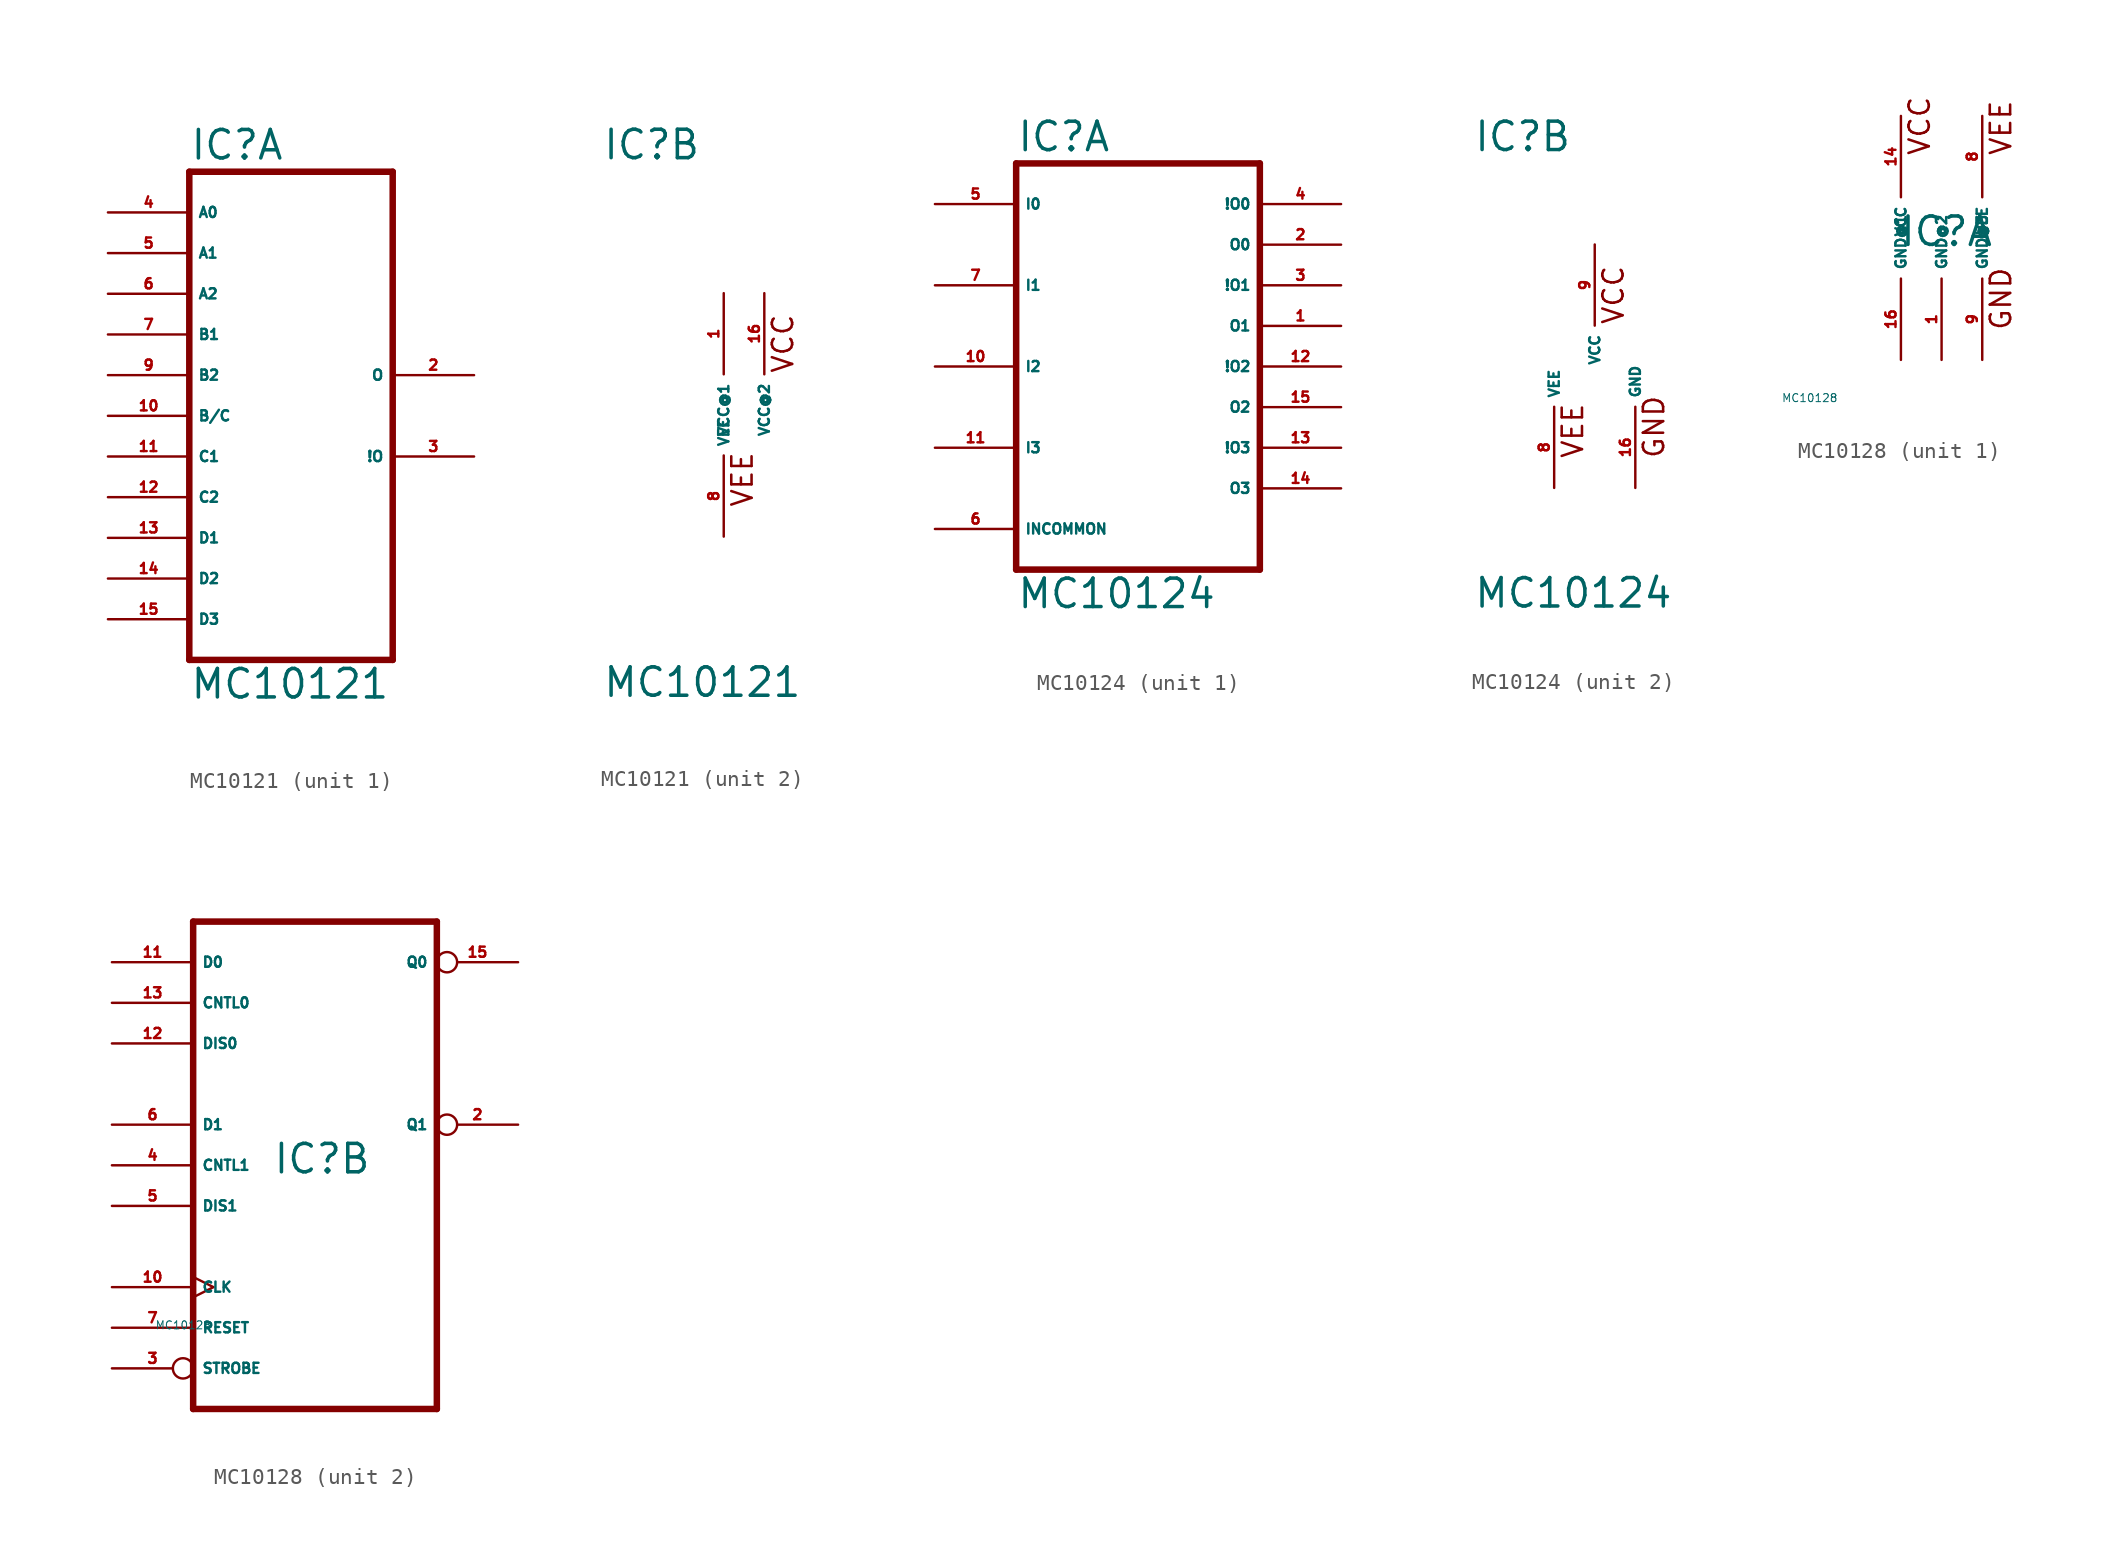
<source format=kicad_sym>
(kicad_symbol_lib
  (version 20220914)
  (generator Eagle2Kicad)
  (symbol "MC10121"
    (property "Reference" "IC"
      (at -7.62 15.875 0)
      (effects (font (size 1.778 1.778) (thickness 0.22)) (justify left bottom)))
    (property "Value" "MC10121"
      (at -7.62 -17.78 0)
      (effects (font (size 1.778 1.778) (thickness 0.22)) (justify left bottom)))
    (symbol "MC10121_1_0"
      (polyline (pts (xy -7.62 -15.24) (xy 5.08 -15.24)) (stroke (width 0.406) (type default)) (fill (type none)))
      (polyline (pts (xy 5.08 -15.24) (xy 5.08 15.24)) (stroke (width 0.406) (type default)) (fill (type none)))
      (polyline (pts (xy 5.08 15.24) (xy -7.62 15.24)) (stroke (width 0.406) (type default)) (fill (type none)))
      (polyline (pts (xy -7.62 15.24) (xy -7.62 -15.24)) (stroke (width 0.406) (type default)) (fill (type none)))
      (pin output line (at 10.16 2.54 180) (length 5.08) (name "O" (effects (font (size 0.635 0.635) (thickness 0.08)) (justify left bottom))) (number "2" (effects (font (size 0.635 0.635) (thickness 0.08)) (justify left bottom))))
      (pin output line (at 10.16 -2.54 180) (length 5.08) (name "!O" (effects (font (size 0.635 0.635) (thickness 0.08)) (justify left bottom))) (number "3" (effects (font (size 0.635 0.635) (thickness 0.08)) (justify left bottom))))
      (pin input line (at -12.7 12.7 0) (length 5.08) (name "A0" (effects (font (size 0.635 0.635) (thickness 0.08)) (justify left bottom))) (number "4" (effects (font (size 0.635 0.635) (thickness 0.08)) (justify left bottom))))
      (pin input line (at -12.7 10.16 0) (length 5.08) (name "A1" (effects (font (size 0.635 0.635) (thickness 0.08)) (justify left bottom))) (number "5" (effects (font (size 0.635 0.635) (thickness 0.08)) (justify left bottom))))
      (pin input line (at -12.7 7.62 0) (length 5.08) (name "A2" (effects (font (size 0.635 0.635) (thickness 0.08)) (justify left bottom))) (number "6" (effects (font (size 0.635 0.635) (thickness 0.08)) (justify left bottom))))
      (pin input line (at -12.7 5.08 0) (length 5.08) (name "B1" (effects (font (size 0.635 0.635) (thickness 0.08)) (justify left bottom))) (number "7" (effects (font (size 0.635 0.635) (thickness 0.08)) (justify left bottom))))
      (pin input line (at -12.7 2.54 0) (length 5.08) (name "B2" (effects (font (size 0.635 0.635) (thickness 0.08)) (justify left bottom))) (number "9" (effects (font (size 0.635 0.635) (thickness 0.08)) (justify left bottom))))
      (pin input line (at -12.7 0 0) (length 5.08) (name "B/C" (effects (font (size 0.635 0.635) (thickness 0.08)) (justify left bottom))) (number "10" (effects (font (size 0.635 0.635) (thickness 0.08)) (justify left bottom))))
      (pin input line (at -12.7 -2.54 0) (length 5.08) (name "C1" (effects (font (size 0.635 0.635) (thickness 0.08)) (justify left bottom))) (number "11" (effects (font (size 0.635 0.635) (thickness 0.08)) (justify left bottom))))
      (pin input line (at -12.7 -5.08 0) (length 5.08) (name "C2" (effects (font (size 0.635 0.635) (thickness 0.08)) (justify left bottom))) (number "12" (effects (font (size 0.635 0.635) (thickness 0.08)) (justify left bottom))))
      (pin input line (at -12.7 -7.62 0) (length 5.08) (name "D1" (effects (font (size 0.635 0.635) (thickness 0.08)) (justify left bottom))) (number "13" (effects (font (size 0.635 0.635) (thickness 0.08)) (justify left bottom))))
      (pin input line (at -12.7 -10.16 0) (length 5.08) (name "D2" (effects (font (size 0.635 0.635) (thickness 0.08)) (justify left bottom))) (number "14" (effects (font (size 0.635 0.635) (thickness 0.08)) (justify left bottom))))
      (pin input line (at -12.7 -12.7 0) (length 5.08) (name "D3" (effects (font (size 0.635 0.635) (thickness 0.08)) (justify left bottom))) (number "15" (effects (font (size 0.635 0.635) (thickness 0.08)) (justify left bottom)))))
    (symbol "MC10121_2_0"
      (text "VCC" (at 4.445 2.54 900) (effects (font (size 1.27 1.27) (thickness 0.16)) (justify left bottom)))
      (text "VEE" (at 1.905 -5.842 900) (effects (font (size 1.27 1.27) (thickness 0.16)) (justify left bottom)))
      (pin unspecified line (at 0 -7.62 90) (length 5.08) (name "VEE" (effects (font (size 0.635 0.635) (thickness 0.08)) (justify left bottom))) (number "8" (effects (font (size 0.635 0.635) (thickness 0.08)) (justify left bottom))))
      (pin unspecified line (at 0 7.62 270) (length 5.08) (name "VCC@1" (effects (font (size 0.635 0.635) (thickness 0.08)) (justify left bottom))) (number "1" (effects (font (size 0.635 0.635) (thickness 0.08)) (justify left bottom))))
      (pin unspecified line (at 2.54 7.62 270) (length 5.08) (name "VCC@2" (effects (font (size 0.635 0.635) (thickness 0.08)) (justify left bottom))) (number "16" (effects (font (size 0.635 0.635) (thickness 0.08)) (justify left bottom))))))
  (symbol "MC10124"
    (property "Reference" "IC"
      (at -7.62 13.335 0)
      (effects (font (size 1.778 1.778) (thickness 0.22)) (justify left bottom)))
    (property "Value" "MC10124"
      (at -7.62 -15.24 0)
      (effects (font (size 1.778 1.778) (thickness 0.22)) (justify left bottom)))
    (symbol "MC10124_1_0"
      (polyline (pts (xy -7.62 -12.7) (xy 7.62 -12.7)) (stroke (width 0.406) (type default)) (fill (type none)))
      (polyline (pts (xy 7.62 -12.7) (xy 7.62 12.7)) (stroke (width 0.406) (type default)) (fill (type none)))
      (polyline (pts (xy 7.62 12.7) (xy -7.62 12.7)) (stroke (width 0.406) (type default)) (fill (type none)))
      (polyline (pts (xy -7.62 12.7) (xy -7.62 -12.7)) (stroke (width 0.406) (type default)) (fill (type none)))
      (pin output line (at 12.7 2.54 180) (length 5.08) (name "O1" (effects (font (size 0.635 0.635) (thickness 0.08)) (justify left bottom))) (number "1" (effects (font (size 0.635 0.635) (thickness 0.08)) (justify left bottom))))
      (pin output line (at 12.7 7.62 180) (length 5.08) (name "O0" (effects (font (size 0.635 0.635) (thickness 0.08)) (justify left bottom))) (number "2" (effects (font (size 0.635 0.635) (thickness 0.08)) (justify left bottom))))
      (pin output line (at 12.7 5.08 180) (length 5.08) (name "!O1" (effects (font (size 0.635 0.635) (thickness 0.08)) (justify left bottom))) (number "3" (effects (font (size 0.635 0.635) (thickness 0.08)) (justify left bottom))))
      (pin output line (at 12.7 10.16 180) (length 5.08) (name "!O0" (effects (font (size 0.635 0.635) (thickness 0.08)) (justify left bottom))) (number "4" (effects (font (size 0.635 0.635) (thickness 0.08)) (justify left bottom))))
      (pin input line (at -12.7 10.16 0) (length 5.08) (name "I0" (effects (font (size 0.635 0.635) (thickness 0.08)) (justify left bottom))) (number "5" (effects (font (size 0.635 0.635) (thickness 0.08)) (justify left bottom))))
      (pin input line (at -12.7 -10.16 0) (length 5.08) (name "INCOMMON" (effects (font (size 0.635 0.635) (thickness 0.08)) (justify left bottom))) (number "6" (effects (font (size 0.635 0.635) (thickness 0.08)) (justify left bottom))))
      (pin input line (at -12.7 5.08 0) (length 5.08) (name "I1" (effects (font (size 0.635 0.635) (thickness 0.08)) (justify left bottom))) (number "7" (effects (font (size 0.635 0.635) (thickness 0.08)) (justify left bottom))))
      (pin input line (at -12.7 0 0) (length 5.08) (name "I2" (effects (font (size 0.635 0.635) (thickness 0.08)) (justify left bottom))) (number "10" (effects (font (size 0.635 0.635) (thickness 0.08)) (justify left bottom))))
      (pin input line (at -12.7 -5.08 0) (length 5.08) (name "I3" (effects (font (size 0.635 0.635) (thickness 0.08)) (justify left bottom))) (number "11" (effects (font (size 0.635 0.635) (thickness 0.08)) (justify left bottom))))
      (pin output line (at 12.7 0 180) (length 5.08) (name "!O2" (effects (font (size 0.635 0.635) (thickness 0.08)) (justify left bottom))) (number "12" (effects (font (size 0.635 0.635) (thickness 0.08)) (justify left bottom))))
      (pin output line (at 12.7 -5.08 180) (length 5.08) (name "!O3" (effects (font (size 0.635 0.635) (thickness 0.08)) (justify left bottom))) (number "13" (effects (font (size 0.635 0.635) (thickness 0.08)) (justify left bottom))))
      (pin output line (at 12.7 -7.62 180) (length 5.08) (name "O3" (effects (font (size 0.635 0.635) (thickness 0.08)) (justify left bottom))) (number "14" (effects (font (size 0.635 0.635) (thickness 0.08)) (justify left bottom))))
      (pin output line (at 12.7 -2.54 180) (length 5.08) (name "O2" (effects (font (size 0.635 0.635) (thickness 0.08)) (justify left bottom))) (number "15" (effects (font (size 0.635 0.635) (thickness 0.08)) (justify left bottom)))))
    (symbol "MC10124_2_0"
      (text "VCC" (at 1.905 2.54 900) (effects (font (size 1.27 1.27) (thickness 0.16)) (justify left bottom)))
      (text "VEE" (at -0.635 -5.842 900) (effects (font (size 1.27 1.27) (thickness 0.16)) (justify left bottom)))
      (text "GND" (at 4.445 -5.842 900) (effects (font (size 1.27 1.27) (thickness 0.16)) (justify left bottom)))
      (pin unspecified line (at -2.54 -7.62 90) (length 5.08) (name "VEE" (effects (font (size 0.635 0.635) (thickness 0.08)) (justify left bottom))) (number "8" (effects (font (size 0.635 0.635) (thickness 0.08)) (justify left bottom))))
      (pin unspecified line (at 0 7.62 270) (length 5.08) (name "VCC" (effects (font (size 0.635 0.635) (thickness 0.08)) (justify left bottom))) (number "9" (effects (font (size 0.635 0.635) (thickness 0.08)) (justify left bottom))))
      (pin unspecified line (at 2.54 -7.62 90) (length 5.08) (name "GND" (effects (font (size 0.635 0.635) (thickness 0.08)) (justify left bottom))) (number "16" (effects (font (size 0.635 0.635) (thickness 0.08)) (justify left bottom))))))
  (symbol "MC10128"
    (property "Reference" "IC"
      (at -2.667 -0.635 0)
      (effects (font (size 1.778 1.778) (thickness 0.22)) (justify left bottom)))
    (property "Value" "MC10128"
      (at -10 -10 0)
      (effects (font (size 0.5 0.5) (thickness 0.06)) (justify left)))
    (symbol "MC10128_1_0"
      (text "VCC" (at -0.635 5.08 900) (effects (font (size 1.27 1.27) (thickness 0.16)) (justify left bottom)))
      (text "VEE" (at 4.445 5.08 900) (effects (font (size 1.27 1.27) (thickness 0.16)) (justify left bottom)))
      (text "GND" (at 4.445 -5.842 900) (effects (font (size 1.27 1.27) (thickness 0.16)) (justify left bottom)))
      (pin unspecified line (at -2.54 7.62 270) (length 5.08) (name "VCC" (effects (font (size 0.635 0.635) (thickness 0.08)) (justify left bottom))) (number "14" (effects (font (size 0.635 0.635) (thickness 0.08)) (justify left bottom))))
      (pin unspecified line (at 2.54 7.62 270) (length 5.08) (name "VEE" (effects (font (size 0.635 0.635) (thickness 0.08)) (justify left bottom))) (number "8" (effects (font (size 0.635 0.635) (thickness 0.08)) (justify left bottom))))
      (pin unspecified line (at -2.54 -7.62 90) (length 5.08) (name "GND@1" (effects (font (size 0.635 0.635) (thickness 0.08)) (justify left bottom))) (number "16" (effects (font (size 0.635 0.635) (thickness 0.08)) (justify left bottom))))
      (pin unspecified line (at 0 -7.62 90) (length 5.08) (name "GND@2" (effects (font (size 0.635 0.635) (thickness 0.08)) (justify left bottom))) (number "1" (effects (font (size 0.635 0.635) (thickness 0.08)) (justify left bottom))))
      (pin unspecified line (at 2.54 -7.62 90) (length 5.08) (name "GND@3" (effects (font (size 0.635 0.635) (thickness 0.08)) (justify left bottom))) (number "9" (effects (font (size 0.635 0.635) (thickness 0.08)) (justify left bottom)))))
    (symbol "MC10128_2_0"
      (polyline (pts (xy -7.62 -15.24) (xy 7.62 -15.24)) (stroke (width 0.406) (type default)) (fill (type none)))
      (polyline (pts (xy 7.62 -15.24) (xy 7.62 15.24)) (stroke (width 0.406) (type default)) (fill (type none)))
      (polyline (pts (xy 7.62 15.24) (xy -7.62 15.24)) (stroke (width 0.406) (type default)) (fill (type none)))
      (polyline (pts (xy -7.62 15.24) (xy -7.62 -15.24)) (stroke (width 0.406) (type default)) (fill (type none)))
      (pin input inverted (at -12.7 -12.7 0) (length 5.08) (name "STROBE" (effects (font (size 0.635 0.635) (thickness 0.08)) (justify left bottom))) (number "3" (effects (font (size 0.635 0.635) (thickness 0.08)) (justify left bottom))))
      (pin input line (at -12.7 -10.16 0) (length 5.08) (name "RESET" (effects (font (size 0.635 0.635) (thickness 0.08)) (justify left bottom))) (number "7" (effects (font (size 0.635 0.635) (thickness 0.08)) (justify left bottom))))
      (pin input clock (at -12.7 -7.62 0) (length 5.08) (name "CLK" (effects (font (size 0.635 0.635) (thickness 0.08)) (justify left bottom))) (number "10" (effects (font (size 0.635 0.635) (thickness 0.08)) (justify left bottom))))
      (pin input line (at -12.7 12.7 0) (length 5.08) (name "D0" (effects (font (size 0.635 0.635) (thickness 0.08)) (justify left bottom))) (number "11" (effects (font (size 0.635 0.635) (thickness 0.08)) (justify left bottom))))
      (pin input line (at -12.7 7.62 0) (length 5.08) (name "DIS0" (effects (font (size 0.635 0.635) (thickness 0.08)) (justify left bottom))) (number "12" (effects (font (size 0.635 0.635) (thickness 0.08)) (justify left bottom))))
      (pin input line (at -12.7 10.16 0) (length 5.08) (name "CNTL0" (effects (font (size 0.635 0.635) (thickness 0.08)) (justify left bottom))) (number "13" (effects (font (size 0.635 0.635) (thickness 0.08)) (justify left bottom))))
      (pin output inverted (at 12.7 12.7 180) (length 5.08) (name "Q0" (effects (font (size 0.635 0.635) (thickness 0.08)) (justify left bottom))) (number "15" (effects (font (size 0.635 0.635) (thickness 0.08)) (justify left bottom))))
      (pin input line (at -12.7 2.54 0) (length 5.08) (name "D1" (effects (font (size 0.635 0.635) (thickness 0.08)) (justify left bottom))) (number "6" (effects (font (size 0.635 0.635) (thickness 0.08)) (justify left bottom))))
      (pin output inverted (at 12.7 2.54 180) (length 5.08) (name "Q1" (effects (font (size 0.635 0.635) (thickness 0.08)) (justify left bottom))) (number "2" (effects (font (size 0.635 0.635) (thickness 0.08)) (justify left bottom))))
      (pin input line (at -12.7 0 0) (length 5.08) (name "CNTL1" (effects (font (size 0.635 0.635) (thickness 0.08)) (justify left bottom))) (number "4" (effects (font (size 0.635 0.635) (thickness 0.08)) (justify left bottom))))
      (pin input line (at -12.7 -2.54 0) (length 5.08) (name "DIS1" (effects (font (size 0.635 0.635) (thickness 0.08)) (justify left bottom))) (number "5" (effects (font (size 0.635 0.635) (thickness 0.08)) (justify left bottom)))))))
</source>
